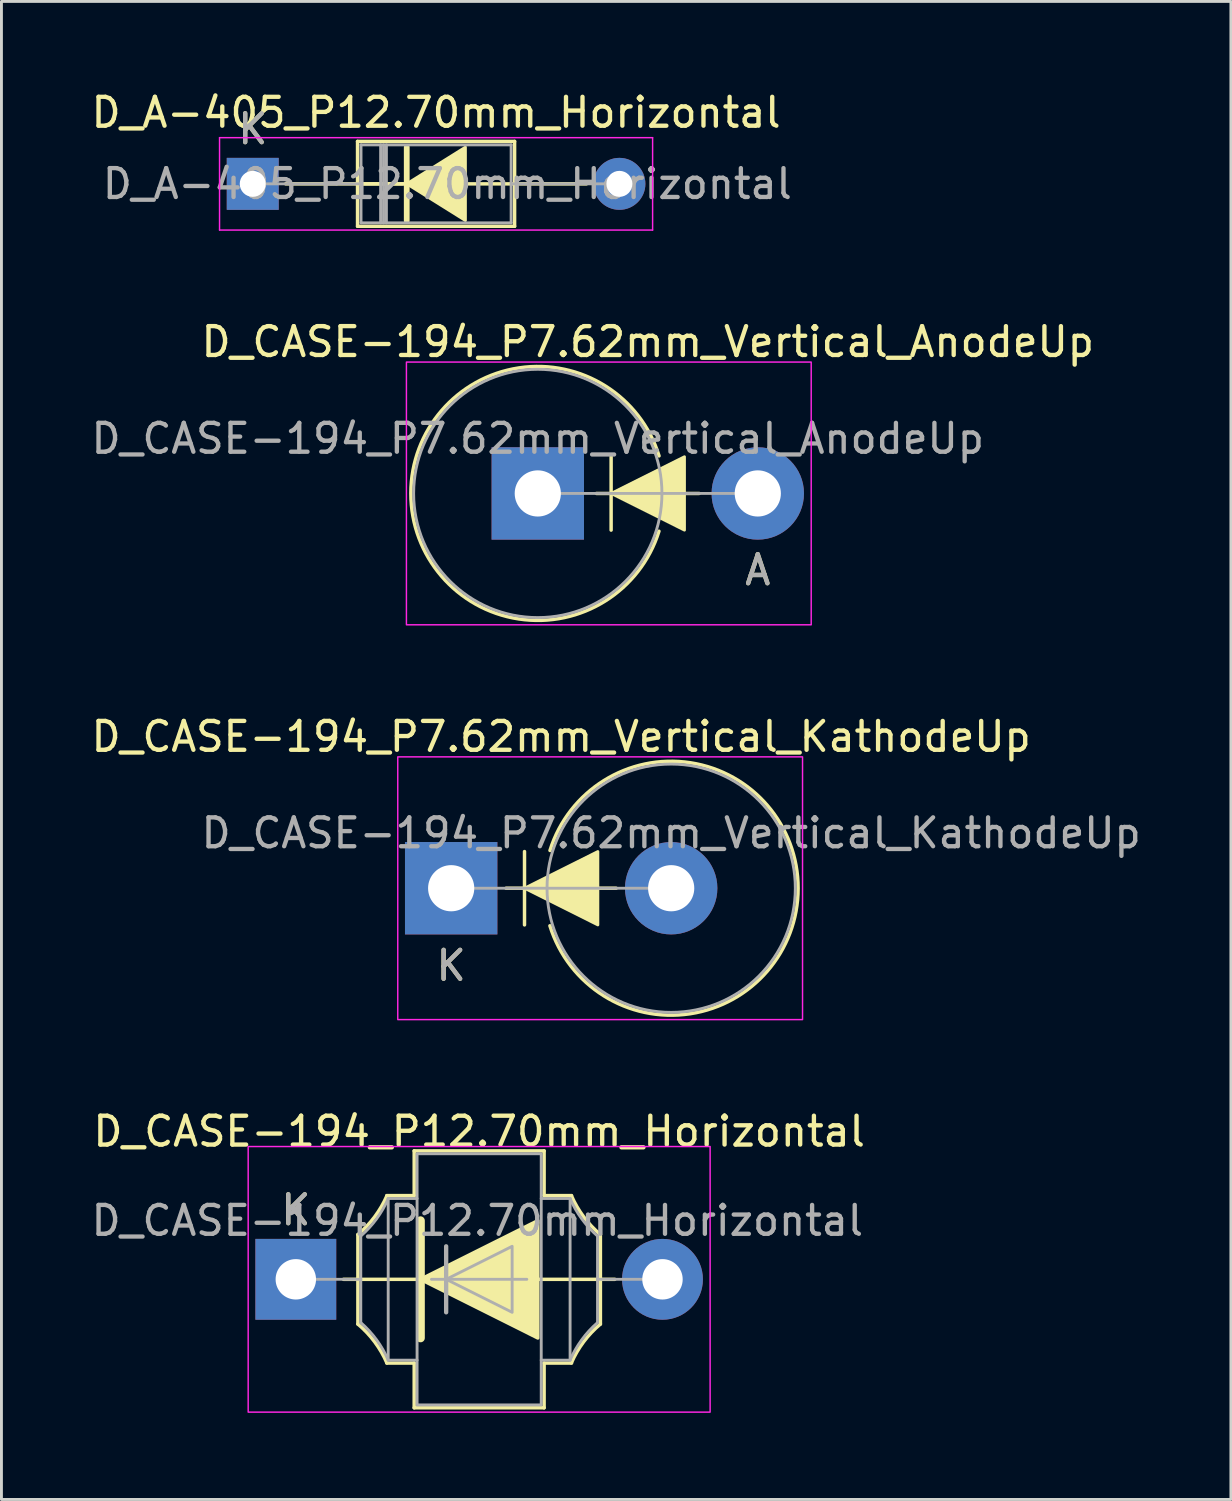
<source format=kicad_pcb>
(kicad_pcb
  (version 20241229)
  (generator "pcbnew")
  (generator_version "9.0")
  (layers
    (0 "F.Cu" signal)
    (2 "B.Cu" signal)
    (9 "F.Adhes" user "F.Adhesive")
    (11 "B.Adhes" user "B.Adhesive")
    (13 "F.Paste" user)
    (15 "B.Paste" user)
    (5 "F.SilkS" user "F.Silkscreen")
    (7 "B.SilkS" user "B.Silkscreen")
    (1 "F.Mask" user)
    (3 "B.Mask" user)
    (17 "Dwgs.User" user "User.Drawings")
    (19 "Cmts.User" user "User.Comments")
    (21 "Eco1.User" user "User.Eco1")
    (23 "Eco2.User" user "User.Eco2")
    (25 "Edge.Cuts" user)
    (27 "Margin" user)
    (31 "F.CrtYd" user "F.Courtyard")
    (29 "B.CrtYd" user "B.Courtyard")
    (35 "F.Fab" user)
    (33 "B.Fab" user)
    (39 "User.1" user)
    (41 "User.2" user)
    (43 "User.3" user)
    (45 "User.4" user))
  (footprint "D_CASE-194_P7.62mm_Vertical_AnodeUp"
    (layer "F.Cu")
    (at 15.577 14.041)
    (property "Reference" "D_CASE-194_P7.62mm_Vertical_AnodeUp" (at 3.81 -5.25 0) (layer "F.SilkS") (effects (font (size 1 1) (thickness 0.15))))
    (attr through_hole)
    (fp_line (start 2.032 0) (end 5.588 0) (stroke (width 0.12) (type solid)) (layer "F.SilkS"))
    (fp_line (start 2.54 1.27) (end 2.54 -1.27) (stroke (width 0.12) (type solid)) (layer "F.SilkS"))
    (fp_arc (start 4.197437 1.308249) (mid -4.396587 -0.004319) (end 4.199999 -1.3) (stroke (width 0.12) (type solid)) (layer "F.SilkS"))
    (fp_poly (pts (xy 5.08 1.27) (xy 2.54 0) (xy 5.08 -1.27)) (stroke (width 0.1) (type solid)) (fill yes) (layer "F.SilkS"))
    (fp_rect (start -4.55 -4.55) (end 9.47 4.55) (stroke (width 0.05) (type default)) (fill no) (layer "F.CrtYd"))
    (fp_line (start 0 0) (end 7.62 0) (stroke (width 0.1) (type solid)) (layer "F.Fab"))
    (fp_circle (center 0 0) (end 4.3 0) (stroke (width 0.1) (type solid)) (fill no) (layer "F.Fab"))
    (fp_text user "A" (at 7.62 2.654 0) (layer "F.SilkS") (effects (font (size 1 1) (thickness 0.15))))
    (fp_text user "A" (at 7.62 2.654 0) (layer "F.Fab") (effects (font (size 1 1) (thickness 0.15))))
    (fp_text user "${REFERENCE}" (at 0 -1.9 0) (layer "F.Fab") (effects (font (size 1 1) (thickness 0.15))))
    (pad "1" thru_hole rect (at 0 0) (size 3.2 3.2) (drill 1.6) (layers "*.Cu" "*.Mask"))
    (pad "2" thru_hole oval (at 7.62 0) (size 3.2 3.2) (drill 1.6) (layers "*.Cu" "*.Mask")))
  (footprint "D_A-405_P12.70mm_Horizontal"
    (layer "F.Cu")
    (at 5.704 3.318)
    (property "Reference" "D_A-405_P12.70mm_Horizontal" (at 6.35 -2.47 0) (layer "F.SilkS") (effects (font (size 1 1) (thickness 0.15))))
    (attr through_hole)
    (fp_line (start 1.14 0) (end 3.63 0) (stroke (width 0.12) (type solid)) (layer "F.SilkS"))
    (fp_line (start 3.63 -1.47) (end 3.63 1.47) (stroke (width 0.12) (type solid)) (layer "F.SilkS"))
    (fp_line (start 3.63 0) (end 5.2 0) (stroke (width 0.12) (type solid)) (layer "F.SilkS"))
    (fp_line (start 3.63 1.47) (end 9.07 1.47) (stroke (width 0.12) (type solid)) (layer "F.SilkS"))
    (fp_line (start 5.334 -1.27) (end 5.334 1.27) (stroke (width 0.2) (type solid)) (layer "F.SilkS"))
    (fp_line (start 5.334 0) (end 3.8 0) (stroke (width 0.12) (type solid)) (layer "F.SilkS"))
    (fp_line (start 9.07 -1.47) (end 3.63 -1.47) (stroke (width 0.12) (type solid)) (layer "F.SilkS"))
    (fp_line (start 9.07 0) (end 7.429 0) (stroke (width 0.12) (type solid)) (layer "F.SilkS"))
    (fp_line (start 9.07 1.47) (end 9.07 -1.47) (stroke (width 0.12) (type solid)) (layer "F.SilkS"))
    (fp_line (start 11.56 0) (end 9.07 0) (stroke (width 0.12) (type solid)) (layer "F.SilkS"))
    (fp_poly (pts (xy 7.366 1.27) (xy 5.334 0) (xy 7.366 -1.27)) (stroke (width 0.1) (type solid)) (fill yes) (layer "F.SilkS"))
    (fp_line (start -1.15 -1.6) (end -1.15 1.6) (stroke (width 0.05) (type solid)) (layer "F.CrtYd"))
    (fp_line (start -1.15 1.6) (end 13.85 1.6) (stroke (width 0.05) (type solid)) (layer "F.CrtYd"))
    (fp_line (start 13.85 -1.6) (end -1.15 -1.6) (stroke (width 0.05) (type solid)) (layer "F.CrtYd"))
    (fp_line (start 13.85 1.6) (end 13.85 -1.6) (stroke (width 0.05) (type solid)) (layer "F.CrtYd"))
    (fp_line (start 0 0) (end 3.75 0) (stroke (width 0.1) (type solid)) (layer "F.Fab"))
    (fp_line (start 3.75 -1.35) (end 3.75 1.35) (stroke (width 0.1) (type solid)) (layer "F.Fab"))
    (fp_line (start 3.75 1.35) (end 8.95 1.35) (stroke (width 0.1) (type solid)) (layer "F.Fab"))
    (fp_line (start 4.43 -1.35) (end 4.43 1.35) (stroke (width 0.1) (type solid)) (layer "F.Fab"))
    (fp_line (start 4.53 -1.35) (end 4.53 1.35) (stroke (width 0.1) (type solid)) (layer "F.Fab"))
    (fp_line (start 4.63 -1.35) (end 4.63 1.35) (stroke (width 0.1) (type solid)) (layer "F.Fab"))
    (fp_line (start 8.95 -1.35) (end 3.75 -1.35) (stroke (width 0.1) (type solid)) (layer "F.Fab"))
    (fp_line (start 8.95 1.35) (end 8.95 -1.35) (stroke (width 0.1) (type solid)) (layer "F.Fab"))
    (fp_line (start 12.7 0) (end 8.95 0) (stroke (width 0.1) (type solid)) (layer "F.Fab"))
    (fp_text user "K" (at 0 -1.9 0) (layer "F.SilkS") (effects (font (size 1 1) (thickness 0.15))))
    (fp_text user "${REFERENCE}" (at 6.74 0 0) (layer "F.Fab") (effects (font (size 1 1) (thickness 0.15))))
    (fp_text user "K" (at 0 -1.9 0) (layer "F.Fab") (effects (font (size 1 1) (thickness 0.15))))
    (pad "1" thru_hole rect (at 0 0) (size 1.8 1.8) (drill 0.9) (layers "*.Cu" "*.Mask"))
    (pad "2" thru_hole oval (at 12.7 0) (size 1.8 1.8) (drill 0.9) (layers "*.Cu" "*.Mask")))
  (footprint "D_CASE-194_P12.70mm_Horizontal"
    (layer "F.Cu")
    (at 7.196 41.261)
    (property "Reference" "D_CASE-194_P12.70mm_Horizontal" (at 6.35 -5.123 0) (layer "F.SilkS") (effects (font (size 1 1) (thickness 0.15))))
    (attr through_hole)
    (fp_line (start 1.651 0) (end 2.15 0) (stroke (width 0.12) (type default)) (layer "F.SilkS"))
    (fp_line (start 2.15 -1.55) (end 2.15 1.55) (stroke (width 0.12) (type default)) (layer "F.SilkS"))
    (fp_line (start 2.15 0) (end 10.55 0) (stroke (width 0.12) (type default)) (layer "F.SilkS"))
    (fp_line (start 3.15 2.9) (end 4.1 2.9) (stroke (width 0.12) (type default)) (layer "F.SilkS"))
    (fp_line (start 4.1 -4.45) (end 4.1 -2.9) (stroke (width 0.12) (type default)) (layer "F.SilkS"))
    (fp_line (start 4.1 -2.9) (end 3.15 -2.9) (stroke (width 0.12) (type default)) (layer "F.SilkS"))
    (fp_line (start 4.1 2.9) (end 4.1 4.45) (stroke (width 0.12) (type default)) (layer "F.SilkS"))
    (fp_line (start 4.1 4.45) (end 8.6 4.45) (stroke (width 0.12) (type default)) (layer "F.SilkS"))
    (fp_line (start 4.318 -2.032) (end 4.318 2.032) (stroke (width 0.3) (type default)) (layer "F.SilkS"))
    (fp_line (start 8.6 -4.45) (end 4.1 -4.45) (stroke (width 0.12) (type default)) (layer "F.SilkS"))
    (fp_line (start 8.6 -2.9) (end 8.6 -4.45) (stroke (width 0.12) (type default)) (layer "F.SilkS"))
    (fp_line (start 8.6 2.9) (end 9.55 2.9) (stroke (width 0.12) (type default)) (layer "F.SilkS"))
    (fp_line (start 8.6 4.45) (end 8.6 2.9) (stroke (width 0.12) (type default)) (layer "F.SilkS"))
    (fp_line (start 9.55 -2.9) (end 8.6 -2.9) (stroke (width 0.12) (type default)) (layer "F.SilkS"))
    (fp_line (start 10.55 1.55) (end 10.55 -1.55) (stroke (width 0.12) (type default)) (layer "F.SilkS"))
    (fp_line (start 11.049 0) (end 10.55 0) (stroke (width 0.12) (type default)) (layer "F.SilkS"))
    (fp_arc (start 2.15 1.55) (mid 2.730923 2.165421) (end 3.154743 2.897945) (stroke (width 0.12) (type default)) (layer "F.SilkS"))
    (fp_arc (start 3.156354 -2.897243) (mid 2.73168 -2.164982) (end 2.15 -1.55) (stroke (width 0.12) (type default)) (layer "F.SilkS"))
    (fp_arc (start 9.543646 2.897242) (mid 9.96832 2.164982) (end 10.55 1.55) (stroke (width 0.12) (type default)) (layer "F.SilkS"))
    (fp_arc (start 10.55 -1.55) (mid 9.969078 -2.165422) (end 9.545257 -2.897945) (stroke (width 0.12) (type default)) (layer "F.SilkS"))
    (fp_poly (pts (xy 4.318 0) (xy 8.382 -2.032) (xy 8.382 2.032)) (stroke (width 0.12) (type solid)) (fill yes) (layer "F.SilkS"))
    (fp_rect (start -1.65 -4.6) (end 14.35 4.6) (stroke (width 0.05) (type default)) (fill no) (layer "F.CrtYd"))
    (fp_line (start 0 0) (end 2.25 0) (stroke (width 0.1) (type solid)) (layer "F.Fab"))
    (fp_line (start 2.25 -1.5) (end 2.25 1.5) (stroke (width 0.1) (type default)) (layer "F.Fab"))
    (fp_line (start 3.2 -2.8) (end 3.2 2.8) (stroke (width 0.1) (type default)) (layer "F.Fab"))
    (fp_line (start 3.2 2.8) (end 4.2 2.8) (stroke (width 0.1) (type default)) (layer "F.Fab"))
    (fp_line (start 4.2 -2.8) (end 3.2 -2.8) (stroke (width 0.1) (type default)) (layer "F.Fab"))
    (fp_line (start 4.699 0) (end 8.001 0) (stroke (width 0.1) (type default)) (layer "F.Fab"))
    (fp_line (start 5.207 -1.143) (end 5.207 1.143) (stroke (width 0.15) (type default)) (layer "F.Fab"))
    (fp_line (start 8.5 2.8) (end 9.5 2.8) (stroke (width 0.1) (type default)) (layer "F.Fab"))
    (fp_line (start 9.5 -2.8) (end 8.5 -2.8) (stroke (width 0.1) (type default)) (layer "F.Fab"))
    (fp_line (start 9.5 2.8) (end 9.5 -2.8) (stroke (width 0.1) (type default)) (layer "F.Fab"))
    (fp_line (start 10.45 1.5) (end 10.45 -1.5) (stroke (width 0.1) (type default)) (layer "F.Fab"))
    (fp_line (start 12.7 0) (end 10.45 0) (stroke (width 0.1) (type solid)) (layer "F.Fab"))
    (fp_rect (start 4.2 -4.35) (end 8.5 4.35) (stroke (width 0.1) (type default)) (fill no) (layer "F.Fab"))
    (fp_arc (start 2.25 1.5) (mid 2.797424 2.097051) (end 3.199686 2.800136) (stroke (width 0.1) (type default)) (layer "F.Fab"))
    (fp_arc (start 3.201263 -2.799451) (mid 2.798174 -2.096621) (end 2.249999 -1.500001) (stroke (width 0.1) (type default)) (layer "F.Fab"))
    (fp_arc (start 9.5 2.8) (mid 9.902299 2.096849) (end 10.449775 1.499742) (stroke (width 0.1) (type default)) (layer "F.Fab"))
    (fp_arc (start 10.449686 -1.499864) (mid 9.902258 -2.096913) (end 9.5 -2.8) (stroke (width 0.1) (type default)) (layer "F.Fab"))
    (fp_poly (pts (xy 5.207 0) (xy 7.493 -1.143) (xy 7.493 1.143)) (stroke (width 0.1) (type solid)) (fill no) (layer "F.Fab"))
    (fp_text user "K" (at 0 -2.4 0) (layer "F.SilkS") (effects (font (size 1 1) (thickness 0.15))))
    (fp_text user "${REFERENCE}" (at 6.287 -2.032 0) (layer "F.Fab") (effects (font (size 1 1) (thickness 0.15))))
    (fp_text user "K" (at 0 -2.4 0) (layer "F.Fab") (effects (font (size 1 1) (thickness 0.15))))
    (pad "1" thru_hole rect (at 0 0) (size 2.8 2.8) (drill 1.4) (layers "*.Cu" "*.Mask"))
    (pad "2" thru_hole oval (at 12.7 0) (size 2.8 2.8) (drill 1.4) (layers "*.Cu" "*.Mask")))
  (footprint "D_CASE-194_P7.62mm_Vertical_KathodeUp"
    (layer "F.Cu")
    (at 12.577 27.715)
    (property "Reference" "D_CASE-194_P7.62mm_Vertical_KathodeUp" (at 3.81 -5.25 0) (layer "F.SilkS") (effects (font (size 1 1) (thickness 0.15))))
    (attr through_hole)
    (fp_line (start 2.54 1.27) (end 2.54 -1.27) (stroke (width 0.12) (type solid)) (layer "F.SilkS"))
    (fp_line (start 5.715 0) (end 1.9 0) (stroke (width 0.12) (type solid)) (layer "F.SilkS"))
    (fp_arc (start 3.422563 -1.308249) (mid 12.016587 0.004319) (end 3.420001 1.3) (stroke (width 0.12) (type solid)) (layer "F.SilkS"))
    (fp_poly (pts (xy 5.08 1.27) (xy 2.54 0) (xy 5.08 -1.27)) (stroke (width 0.1) (type solid)) (fill yes) (layer "F.SilkS"))
    (fp_rect (start -1.85 -4.55) (end 12.17 4.55) (stroke (width 0.05) (type default)) (fill no) (layer "F.CrtYd"))
    (fp_line (start 7.62 0) (end 0 0) (stroke (width 0.1) (type solid)) (layer "F.Fab"))
    (fp_circle (center 7.62 0) (end 3.32 0) (stroke (width 0.1) (type solid)) (fill no) (layer "F.Fab"))
    (fp_text user "K" (at 0 2.68 180) (layer "F.SilkS") (effects (font (size 1 1) (thickness 0.15))))
    (fp_text user "${REFERENCE}" (at 7.62 -1.91 180) (layer "F.Fab") (effects (font (size 1 1) (thickness 0.15))))
    (fp_text user "K" (at 0 2.68 180) (layer "F.Fab") (effects (font (size 1 1) (thickness 0.15))))
    (pad "1" thru_hole rect (at 0 0 180) (size 3.2 3.2) (drill 1.6) (layers "*.Cu" "*.Mask"))
    (pad "2" thru_hole circle (at 7.62 0 180) (size 3.2 3.2) (drill 1.6) (layers "*.Cu" "*.Mask")))
  (gr_rect
    (start -3 -3)
    (end 39.584 48.886)
    (stroke (width 0.1) (type default))
    (fill no)
    (layer "Edge.Cuts")))
</source>
